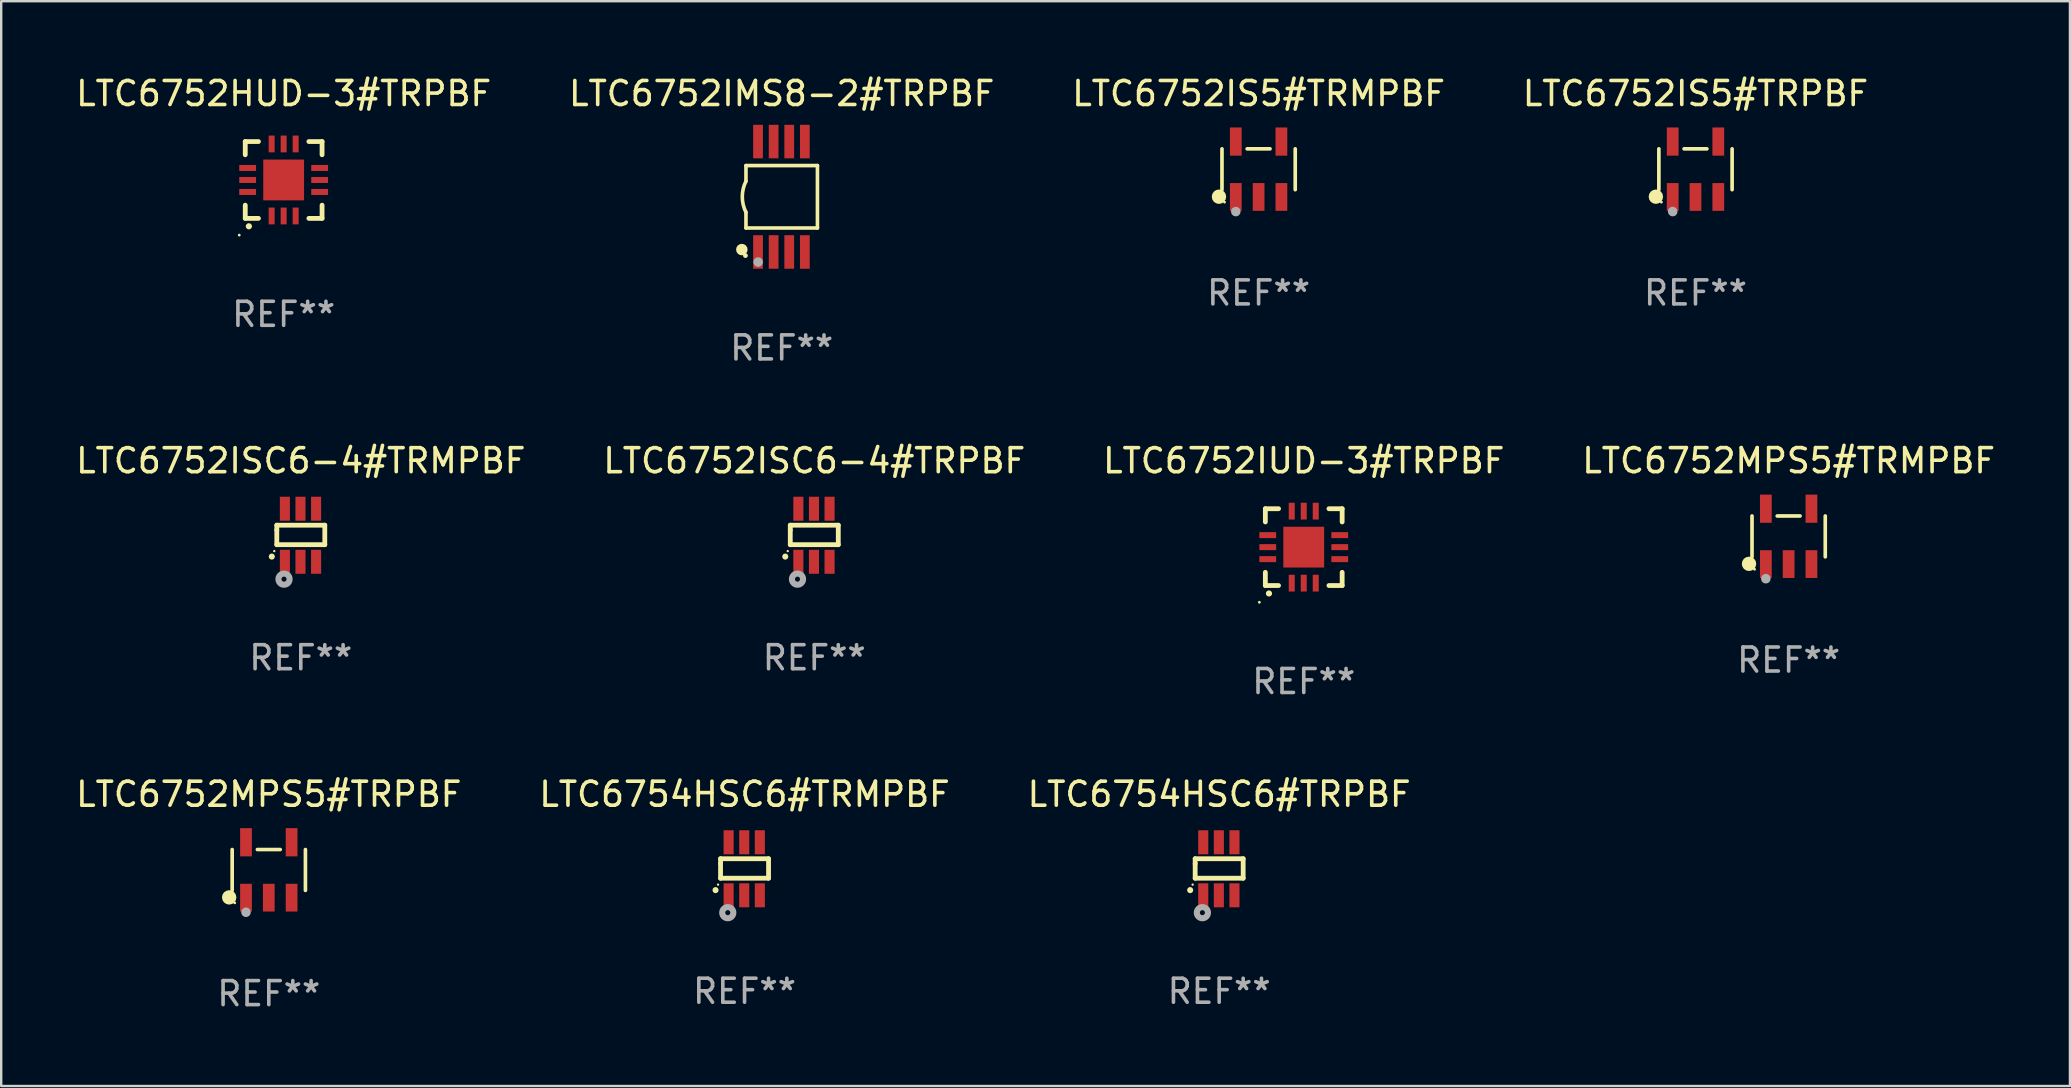
<source format=kicad_pcb>
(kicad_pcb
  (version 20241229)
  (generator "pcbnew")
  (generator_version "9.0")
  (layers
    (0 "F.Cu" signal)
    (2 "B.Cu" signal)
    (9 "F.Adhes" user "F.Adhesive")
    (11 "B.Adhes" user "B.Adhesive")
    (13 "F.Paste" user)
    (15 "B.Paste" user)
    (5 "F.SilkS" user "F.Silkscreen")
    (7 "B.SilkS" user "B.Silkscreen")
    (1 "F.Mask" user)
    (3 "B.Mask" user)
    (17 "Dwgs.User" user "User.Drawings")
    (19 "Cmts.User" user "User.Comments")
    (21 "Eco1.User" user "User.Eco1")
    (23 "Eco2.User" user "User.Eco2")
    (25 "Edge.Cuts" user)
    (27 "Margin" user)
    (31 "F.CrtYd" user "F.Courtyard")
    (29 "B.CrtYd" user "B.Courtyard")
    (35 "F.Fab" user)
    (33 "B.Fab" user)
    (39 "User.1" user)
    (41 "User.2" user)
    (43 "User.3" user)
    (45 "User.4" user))
  (footprint "LTC6752ISC6-4#TRPBF"
    (layer "F.Cu")
    (at 30.875 19.25)
    (property "Reference" "LTC6752ISC6-4#TRPBF" (at 0 -3.105 0) (layer "F.SilkS") (effects (font (size 1 1) (thickness 0.15))))
    (attr through_hole)
    (fp_line (start -1 -0.419) (end -1 -0.213) (stroke (width 0.2) (type solid)) (layer "F.SilkS"))
    (fp_line (start -1 -0.213) (end -1 0.393) (stroke (width 0.2) (type solid)) (layer "F.SilkS"))
    (fp_line (start -1 0.393) (end 1 0.393) (stroke (width 0.2) (type solid)) (layer "F.SilkS"))
    (fp_line (start 1 -0.419) (end -1 -0.419) (stroke (width 0.2) (type solid)) (layer "F.SilkS"))
    (fp_line (start 1 0.393) (end 1 -0.419) (stroke (width 0.2) (type solid)) (layer "F.SilkS"))
    (fp_arc (start -1.208509 0.890272) (mid -1.208515 0.889002) (end -1.208509 0.887732) (stroke (width 0.25) (type solid)) (layer "F.SilkS"))
    (fp_circle (center -1.105 0.66) (end -1.08 0.66) (stroke (width 0.05) (type solid)) (fill no) (layer "F.SilkS"))
    (fp_circle (center -0.699 1.829) (end -0.594 1.829) (stroke (width 0.254) (type solid)) (fill no) (layer "F.Fab"))
    (fp_text user "REF**" (at 0 5.105 0) (layer "F.Fab") (effects (font (size 1 1) (thickness 0.15))))
    (pad "1" smd rect (at -0.663 1.105) (size 0.42 1) (layers "F.Cu" "F.Mask" "F.Paste"))
    (pad "2" smd rect (at -0.013 1.105) (size 0.42 1) (layers "F.Cu" "F.Mask" "F.Paste"))
    (pad "3" smd rect (at 0.637 1.105) (size 0.42 1) (layers "F.Cu" "F.Mask" "F.Paste"))
    (pad "4" smd rect (at 0.637 -1.105 180) (size 0.42 1) (layers "F.Cu" "F.Mask" "F.Paste"))
    (pad "5" smd rect (at -0.013 -1.105 180) (size 0.42 1) (layers "F.Cu" "F.Mask" "F.Paste"))
    (pad "6" smd rect (at -0.663 -1.105 180) (size 0.42 1) (layers "F.Cu" "F.Mask" "F.Paste")))
  (footprint "LTC6754HSC6#TRPBF"
    (layer "F.Cu")
    (at 47.744 33.146)
    (property "Reference" "LTC6754HSC6#TRPBF" (at 0 -3.105 0) (layer "F.SilkS") (effects (font (size 1 1) (thickness 0.15))))
    (attr through_hole)
    (fp_line (start -1 -0.419) (end -1 -0.213) (stroke (width 0.2) (type solid)) (layer "F.SilkS"))
    (fp_line (start -1 -0.213) (end -1 0.393) (stroke (width 0.2) (type solid)) (layer "F.SilkS"))
    (fp_line (start -1 0.393) (end 1 0.393) (stroke (width 0.2) (type solid)) (layer "F.SilkS"))
    (fp_line (start 1 -0.419) (end -1 -0.419) (stroke (width 0.2) (type solid)) (layer "F.SilkS"))
    (fp_line (start 1 0.393) (end 1 -0.419) (stroke (width 0.2) (type solid)) (layer "F.SilkS"))
    (fp_arc (start -1.208509 0.890272) (mid -1.208515 0.889002) (end -1.208509 0.887732) (stroke (width 0.25) (type solid)) (layer "F.SilkS"))
    (fp_circle (center -1.105 0.66) (end -1.08 0.66) (stroke (width 0.05) (type solid)) (fill no) (layer "F.SilkS"))
    (fp_circle (center -0.699 1.829) (end -0.594 1.829) (stroke (width 0.254) (type solid)) (fill no) (layer "F.Fab"))
    (fp_text user "REF**" (at 0 5.105 0) (layer "F.Fab") (effects (font (size 1 1) (thickness 0.15))))
    (pad "1" smd rect (at -0.663 1.105) (size 0.42 1) (layers "F.Cu" "F.Mask" "F.Paste"))
    (pad "2" smd rect (at -0.013 1.105) (size 0.42 1) (layers "F.Cu" "F.Mask" "F.Paste"))
    (pad "3" smd rect (at 0.637 1.105) (size 0.42 1) (layers "F.Cu" "F.Mask" "F.Paste"))
    (pad "4" smd rect (at 0.637 -1.105 180) (size 0.42 1) (layers "F.Cu" "F.Mask" "F.Paste"))
    (pad "5" smd rect (at -0.013 -1.105 180) (size 0.42 1) (layers "F.Cu" "F.Mask" "F.Paste"))
    (pad "6" smd rect (at -0.663 -1.105 180) (size 0.42 1) (layers "F.Cu" "F.Mask" "F.Paste")))
  (footprint "LTC6754HSC6#TRMPBF"
    (layer "F.Cu")
    (at 27.97 33.146)
    (property "Reference" "LTC6754HSC6#TRMPBF" (at 0 -3.105 0) (layer "F.SilkS") (effects (font (size 1 1) (thickness 0.15))))
    (attr through_hole)
    (fp_line (start -1 -0.419) (end -1 -0.213) (stroke (width 0.2) (type solid)) (layer "F.SilkS"))
    (fp_line (start -1 -0.213) (end -1 0.393) (stroke (width 0.2) (type solid)) (layer "F.SilkS"))
    (fp_line (start -1 0.393) (end 1 0.393) (stroke (width 0.2) (type solid)) (layer "F.SilkS"))
    (fp_line (start 1 -0.419) (end -1 -0.419) (stroke (width 0.2) (type solid)) (layer "F.SilkS"))
    (fp_line (start 1 0.393) (end 1 -0.419) (stroke (width 0.2) (type solid)) (layer "F.SilkS"))
    (fp_arc (start -1.208509 0.890272) (mid -1.208515 0.889002) (end -1.208509 0.887732) (stroke (width 0.25) (type solid)) (layer "F.SilkS"))
    (fp_circle (center -1.105 0.66) (end -1.08 0.66) (stroke (width 0.05) (type solid)) (fill no) (layer "F.SilkS"))
    (fp_circle (center -0.699 1.829) (end -0.594 1.829) (stroke (width 0.254) (type solid)) (fill no) (layer "F.Fab"))
    (fp_text user "REF**" (at 0 5.105 0) (layer "F.Fab") (effects (font (size 1 1) (thickness 0.15))))
    (pad "1" smd rect (at -0.663 1.105) (size 0.42 1) (layers "F.Cu" "F.Mask" "F.Paste"))
    (pad "2" smd rect (at -0.013 1.105) (size 0.42 1) (layers "F.Cu" "F.Mask" "F.Paste"))
    (pad "3" smd rect (at 0.637 1.105) (size 0.42 1) (layers "F.Cu" "F.Mask" "F.Paste"))
    (pad "4" smd rect (at 0.637 -1.105 180) (size 0.42 1) (layers "F.Cu" "F.Mask" "F.Paste"))
    (pad "5" smd rect (at -0.013 -1.105 180) (size 0.42 1) (layers "F.Cu" "F.Mask" "F.Paste"))
    (pad "6" smd rect (at -0.663 -1.105 180) (size 0.42 1) (layers "F.Cu" "F.Mask" "F.Paste")))
  (footprint "LTC6752IS5#TRPBF"
    (layer "F.Cu")
    (at 67.589 4.002)
    (property "Reference" "LTC6752IS5#TRPBF" (at 0 -3.154 0) (layer "F.SilkS") (effects (font (size 1 1) (thickness 0.15))))
    (attr through_hole)
    (fp_line (start -1.526 0.851) (end -1.526 -0.851) (stroke (width 0.152) (type solid)) (layer "F.SilkS"))
    (fp_line (start 0.476 -0.851) (end -0.476 -0.851) (stroke (width 0.152) (type solid)) (layer "F.SilkS"))
    (fp_line (start 1.526 0.851) (end 1.526 -0.851) (stroke (width 0.152) (type solid)) (layer "F.SilkS"))
    (fp_circle (center -1.651 1.143) (end -1.501 1.143) (stroke (width 0.3) (type solid)) (fill no) (layer "F.SilkS"))
    (fp_circle (center -1.42 1.37) (end -1.39 1.37) (stroke (width 0.06) (type solid)) (fill no) (layer "F.SilkS"))
    (fp_circle (center -0.95 1.763) (end -0.85 1.763) (stroke (width 0.2) (type solid)) (fill no) (layer "F.Fab"))
    (fp_text user "REF**" (at 0 5.154 0) (layer "F.Fab") (effects (font (size 1 1) (thickness 0.15))))
    (pad "1" smd rect (at -0.95 1.154) (size 0.49 1.157) (layers "F.Cu" "F.Mask" "F.Paste"))
    (pad "2" smd rect (at 0 1.154) (size 0.49 1.157) (layers "F.Cu" "F.Mask" "F.Paste"))
    (pad "3" smd rect (at 0.95 1.154) (size 0.49 1.157) (layers "F.Cu" "F.Mask" "F.Paste"))
    (pad "4" smd rect (at 0.95 -1.154) (size 0.49 1.175) (layers "F.Cu" "F.Mask" "F.Paste"))
    (pad "5" smd rect (at -0.95 -1.154) (size 0.49 1.175) (layers "F.Cu" "F.Mask" "F.Paste")))
  (footprint "LTC6752MPS5#TRMPBF"
    (layer "F.Cu")
    (at 71.47 19.298)
    (property "Reference" "LTC6752MPS5#TRMPBF" (at 0 -3.154 0) (layer "F.SilkS") (effects (font (size 1 1) (thickness 0.15))))
    (attr through_hole)
    (fp_line (start -1.526 0.851) (end -1.526 -0.851) (stroke (width 0.152) (type solid)) (layer "F.SilkS"))
    (fp_line (start 0.476 -0.851) (end -0.476 -0.851) (stroke (width 0.152) (type solid)) (layer "F.SilkS"))
    (fp_line (start 1.526 0.851) (end 1.526 -0.851) (stroke (width 0.152) (type solid)) (layer "F.SilkS"))
    (fp_circle (center -1.651 1.143) (end -1.501 1.143) (stroke (width 0.3) (type solid)) (fill no) (layer "F.SilkS"))
    (fp_circle (center -1.42 1.37) (end -1.39 1.37) (stroke (width 0.06) (type solid)) (fill no) (layer "F.SilkS"))
    (fp_circle (center -0.95 1.763) (end -0.85 1.763) (stroke (width 0.2) (type solid)) (fill no) (layer "F.Fab"))
    (fp_text user "REF**" (at 0 5.154 0) (layer "F.Fab") (effects (font (size 1 1) (thickness 0.15))))
    (pad "1" smd rect (at -0.95 1.154) (size 0.49 1.157) (layers "F.Cu" "F.Mask" "F.Paste"))
    (pad "2" smd rect (at 0 1.154) (size 0.49 1.157) (layers "F.Cu" "F.Mask" "F.Paste"))
    (pad "3" smd rect (at 0.95 1.154) (size 0.49 1.157) (layers "F.Cu" "F.Mask" "F.Paste"))
    (pad "4" smd rect (at 0.95 -1.154) (size 0.49 1.175) (layers "F.Cu" "F.Mask" "F.Paste"))
    (pad "5" smd rect (at -0.95 -1.154) (size 0.49 1.175) (layers "F.Cu" "F.Mask" "F.Paste")))
  (footprint "LTC6752IS5#TRMPBF"
    (layer "F.Cu")
    (at 49.387 4.002)
    (property "Reference" "LTC6752IS5#TRMPBF" (at 0 -3.154 0) (layer "F.SilkS") (effects (font (size 1 1) (thickness 0.15))))
    (attr through_hole)
    (fp_line (start -1.526 0.851) (end -1.526 -0.851) (stroke (width 0.152) (type solid)) (layer "F.SilkS"))
    (fp_line (start 0.476 -0.851) (end -0.476 -0.851) (stroke (width 0.152) (type solid)) (layer "F.SilkS"))
    (fp_line (start 1.526 0.851) (end 1.526 -0.851) (stroke (width 0.152) (type solid)) (layer "F.SilkS"))
    (fp_circle (center -1.651 1.143) (end -1.501 1.143) (stroke (width 0.3) (type solid)) (fill no) (layer "F.SilkS"))
    (fp_circle (center -1.42 1.37) (end -1.39 1.37) (stroke (width 0.06) (type solid)) (fill no) (layer "F.SilkS"))
    (fp_circle (center -0.95 1.763) (end -0.85 1.763) (stroke (width 0.2) (type solid)) (fill no) (layer "F.Fab"))
    (fp_text user "REF**" (at 0 5.154 0) (layer "F.Fab") (effects (font (size 1 1) (thickness 0.15))))
    (pad "1" smd rect (at -0.95 1.154) (size 0.49 1.157) (layers "F.Cu" "F.Mask" "F.Paste"))
    (pad "2" smd rect (at 0 1.154) (size 0.49 1.157) (layers "F.Cu" "F.Mask" "F.Paste"))
    (pad "3" smd rect (at 0.95 1.154) (size 0.49 1.157) (layers "F.Cu" "F.Mask" "F.Paste"))
    (pad "4" smd rect (at 0.95 -1.154) (size 0.49 1.175) (layers "F.Cu" "F.Mask" "F.Paste"))
    (pad "5" smd rect (at -0.95 -1.154) (size 0.49 1.175) (layers "F.Cu" "F.Mask" "F.Paste")))
  (footprint "LTC6752HUD-3#TRPBF"
    (layer "F.Cu")
    (at 8.768 4.448)
    (property "Reference" "LTC6752HUD-3#TRPBF" (at 0 -3.6 0) (layer "F.SilkS") (effects (font (size 1 1) (thickness 0.15))))
    (attr through_hole)
    (fp_line (start -1.6 -1.6) (end -1.6 -1.05) (stroke (width 0.2) (type solid)) (layer "F.SilkS"))
    (fp_line (start -1.6 1.6) (end -1.6 1.05) (stroke (width 0.2) (type solid)) (layer "F.SilkS"))
    (fp_line (start -1.05 1.6) (end -1.6 1.6) (stroke (width 0.2) (type solid)) (layer "F.SilkS"))
    (fp_line (start -1.05 -1.6) (end -1.6 -1.6) (stroke (width 0.2) (type solid)) (layer "F.SilkS"))
    (fp_line (start 1.05 1.6) (end 1.6 1.6) (stroke (width 0.2) (type solid)) (layer "F.SilkS"))
    (fp_line (start 1.6 -1.6) (end 1.05 -1.6) (stroke (width 0.2) (type solid)) (layer "F.SilkS"))
    (fp_line (start 1.6 -1.05) (end 1.6 -1.6) (stroke (width 0.2) (type solid)) (layer "F.SilkS"))
    (fp_line (start 1.6 1.6) (end 1.6 1.05) (stroke (width 0.2) (type solid)) (layer "F.SilkS"))
    (fp_arc (start -1.450343 1.930404) (mid -1.449073 1.930397) (end -1.447803 1.930404) (stroke (width 0.254001) (type solid)) (layer "F.SilkS"))
    (fp_circle (center -1.85 2.297) (end -1.82 2.297) (stroke (width 0.06) (type solid)) (fill no) (layer "F.SilkS"))
    (fp_text user "REF**" (at 0 5.6 0) (layer "F.Fab") (effects (font (size 1 1) (thickness 0.15))))
    (pad "1" smd rect (at -0.5 1.5 90) (size 0.7 0.25) (layers "F.Cu" "F.Mask" "F.Paste"))
    (pad "2" smd rect (at 0 1.5 90) (size 0.7 0.25) (layers "F.Cu" "F.Mask" "F.Paste"))
    (pad "3" smd rect (at 0.5 1.5 90) (size 0.7 0.25) (layers "F.Cu" "F.Mask" "F.Paste"))
    (pad "4" smd rect (at 1.5 0.5 180) (size 0.7 0.25) (layers "F.Cu" "F.Mask" "F.Paste"))
    (pad "5" smd rect (at 1.5 0 180) (size 0.7 0.25) (layers "F.Cu" "F.Mask" "F.Paste"))
    (pad "6" smd rect (at 1.5 -0.5 180) (size 0.7 0.25) (layers "F.Cu" "F.Mask" "F.Paste"))
    (pad "7" smd rect (at 0.5 -1.5 270) (size 0.7 0.25) (layers "F.Cu" "F.Mask" "F.Paste"))
    (pad "8" smd rect (at 0 -1.5 270) (size 0.7 0.25) (layers "F.Cu" "F.Mask" "F.Paste"))
    (pad "9" smd rect (at -0.5 -1.5 270) (size 0.7 0.25) (layers "F.Cu" "F.Mask" "F.Paste"))
    (pad "10" smd rect (at -1.5 -0.5) (size 0.7 0.25) (layers "F.Cu" "F.Mask" "F.Paste"))
    (pad "11" smd rect (at -1.5 0) (size 0.7 0.25) (layers "F.Cu" "F.Mask" "F.Paste"))
    (pad "12" smd rect (at -1.5 0.5) (size 0.7 0.25) (layers "F.Cu" "F.Mask" "F.Paste"))
    (pad "13" smd rect (at 0 0 90) (size 1.7 1.7) (layers "F.Cu" "F.Mask" "F.Paste")))
  (footprint "LTC6752IMS8-2#TRPBF"
    (layer "F.Cu")
    (at 29.518 5.148)
    (property "Reference" "LTC6752IMS8-2#TRPBF" (at 0 -4.3 0) (layer "F.SilkS") (effects (font (size 1 1) (thickness 0.15))))
    (attr through_hole)
    (fp_line (start -1.489 -1.3) (end -1.489 -0.648) (stroke (width 0.15) (type solid)) (layer "F.SilkS"))
    (fp_line (start -1.489 0.648) (end -1.489 1.3) (stroke (width 0.15) (type solid)) (layer "F.SilkS"))
    (fp_line (start -1.489 1.3) (end 1.489 1.3) (stroke (width 0.15) (type solid)) (layer "F.SilkS"))
    (fp_line (start 1.489 -1.3) (end -1.489 -1.3) (stroke (width 0.15) (type solid)) (layer "F.SilkS"))
    (fp_line (start 1.489 1.3) (end 1.489 -1.3) (stroke (width 0.15) (type solid)) (layer "F.SilkS"))
    (fp_arc (start -1.489205 0.647702) (mid -1.642107 0) (end -1.489205 -0.647701) (stroke (width 0.150013) (type solid)) (layer "F.SilkS"))
    (fp_circle (center -1.661 2.2) (end -1.541 2.2) (stroke (width 0.24) (type solid)) (fill no) (layer "F.SilkS"))
    (fp_circle (center -1.511 2.45) (end -1.461 2.45) (stroke (width 0.1) (type solid)) (fill no) (layer "F.SilkS"))
    (fp_circle (center -0.981 2.72) (end -0.881 2.72) (stroke (width 0.2) (type solid)) (fill no) (layer "F.Fab"))
    (fp_text user "REF**" (at 0 6.3 0) (layer "F.Fab") (effects (font (size 1 1) (thickness 0.15))))
    (pad "1" smd rect (at -0.986 2.3) (size 0.406 1.397) (layers "F.Cu" "F.Mask" "F.Paste"))
    (pad "2" smd rect (at -0.336 2.3) (size 0.406 1.397) (layers "F.Cu" "F.Mask" "F.Paste"))
    (pad "3" smd rect (at 0.314 2.3) (size 0.406 1.397) (layers "F.Cu" "F.Mask" "F.Paste"))
    (pad "4" smd rect (at 0.964 2.3) (size 0.406 1.397) (layers "F.Cu" "F.Mask" "F.Paste"))
    (pad "5" smd rect (at 0.964 -2.3) (size 0.406 1.397) (layers "F.Cu" "F.Mask" "F.Paste"))
    (pad "6" smd rect (at 0.314 -2.3) (size 0.406 1.397) (layers "F.Cu" "F.Mask" "F.Paste"))
    (pad "7" smd rect (at -0.336 -2.3) (size 0.406 1.397) (layers "F.Cu" "F.Mask" "F.Paste"))
    (pad "8" smd rect (at -0.986 -2.3) (size 0.406 1.397) (layers "F.Cu" "F.Mask" "F.Paste")))
  (footprint "LTC6752ISC6-4#TRMPBF"
    (layer "F.Cu")
    (at 9.482 19.25)
    (property "Reference" "LTC6752ISC6-4#TRMPBF" (at 0 -3.105 0) (layer "F.SilkS") (effects (font (size 1 1) (thickness 0.15))))
    (attr through_hole)
    (fp_line (start -1 -0.419) (end -1 -0.213) (stroke (width 0.2) (type solid)) (layer "F.SilkS"))
    (fp_line (start -1 -0.213) (end -1 0.393) (stroke (width 0.2) (type solid)) (layer "F.SilkS"))
    (fp_line (start -1 0.393) (end 1 0.393) (stroke (width 0.2) (type solid)) (layer "F.SilkS"))
    (fp_line (start 1 -0.419) (end -1 -0.419) (stroke (width 0.2) (type solid)) (layer "F.SilkS"))
    (fp_line (start 1 0.393) (end 1 -0.419) (stroke (width 0.2) (type solid)) (layer "F.SilkS"))
    (fp_arc (start -1.208509 0.890272) (mid -1.208515 0.889002) (end -1.208509 0.887732) (stroke (width 0.25) (type solid)) (layer "F.SilkS"))
    (fp_circle (center -1.105 0.66) (end -1.08 0.66) (stroke (width 0.05) (type solid)) (fill no) (layer "F.SilkS"))
    (fp_circle (center -0.699 1.829) (end -0.594 1.829) (stroke (width 0.254) (type solid)) (fill no) (layer "F.Fab"))
    (fp_text user "REF**" (at 0 5.105 0) (layer "F.Fab") (effects (font (size 1 1) (thickness 0.15))))
    (pad "1" smd rect (at -0.663 1.105) (size 0.42 1) (layers "F.Cu" "F.Mask" "F.Paste"))
    (pad "2" smd rect (at -0.013 1.105) (size 0.42 1) (layers "F.Cu" "F.Mask" "F.Paste"))
    (pad "3" smd rect (at 0.637 1.105) (size 0.42 1) (layers "F.Cu" "F.Mask" "F.Paste"))
    (pad "4" smd rect (at 0.637 -1.105 180) (size 0.42 1) (layers "F.Cu" "F.Mask" "F.Paste"))
    (pad "5" smd rect (at -0.013 -1.105 180) (size 0.42 1) (layers "F.Cu" "F.Mask" "F.Paste"))
    (pad "6" smd rect (at -0.663 -1.105 180) (size 0.42 1) (layers "F.Cu" "F.Mask" "F.Paste")))
  (footprint "LTC6752IUD-3#TRPBF"
    (layer "F.Cu")
    (at 51.268 19.745)
    (property "Reference" "LTC6752IUD-3#TRPBF" (at 0 -3.6 0) (layer "F.SilkS") (effects (font (size 1 1) (thickness 0.15))))
    (attr through_hole)
    (fp_line (start -1.6 -1.6) (end -1.6 -1.05) (stroke (width 0.2) (type solid)) (layer "F.SilkS"))
    (fp_line (start -1.6 1.6) (end -1.6 1.05) (stroke (width 0.2) (type solid)) (layer "F.SilkS"))
    (fp_line (start -1.05 1.6) (end -1.6 1.6) (stroke (width 0.2) (type solid)) (layer "F.SilkS"))
    (fp_line (start -1.05 -1.6) (end -1.6 -1.6) (stroke (width 0.2) (type solid)) (layer "F.SilkS"))
    (fp_line (start 1.05 1.6) (end 1.6 1.6) (stroke (width 0.2) (type solid)) (layer "F.SilkS"))
    (fp_line (start 1.6 -1.6) (end 1.05 -1.6) (stroke (width 0.2) (type solid)) (layer "F.SilkS"))
    (fp_line (start 1.6 -1.05) (end 1.6 -1.6) (stroke (width 0.2) (type solid)) (layer "F.SilkS"))
    (fp_line (start 1.6 1.6) (end 1.6 1.05) (stroke (width 0.2) (type solid)) (layer "F.SilkS"))
    (fp_arc (start -1.450343 1.930404) (mid -1.449073 1.930397) (end -1.447803 1.930404) (stroke (width 0.254001) (type solid)) (layer "F.SilkS"))
    (fp_circle (center -1.85 2.297) (end -1.82 2.297) (stroke (width 0.06) (type solid)) (fill no) (layer "F.SilkS"))
    (fp_text user "REF**" (at 0 5.6 0) (layer "F.Fab") (effects (font (size 1 1) (thickness 0.15))))
    (pad "1" smd rect (at -0.5 1.5 90) (size 0.7 0.25) (layers "F.Cu" "F.Mask" "F.Paste"))
    (pad "2" smd rect (at 0 1.5 90) (size 0.7 0.25) (layers "F.Cu" "F.Mask" "F.Paste"))
    (pad "3" smd rect (at 0.5 1.5 90) (size 0.7 0.25) (layers "F.Cu" "F.Mask" "F.Paste"))
    (pad "4" smd rect (at 1.5 0.5 180) (size 0.7 0.25) (layers "F.Cu" "F.Mask" "F.Paste"))
    (pad "5" smd rect (at 1.5 0 180) (size 0.7 0.25) (layers "F.Cu" "F.Mask" "F.Paste"))
    (pad "6" smd rect (at 1.5 -0.5 180) (size 0.7 0.25) (layers "F.Cu" "F.Mask" "F.Paste"))
    (pad "7" smd rect (at 0.5 -1.5 270) (size 0.7 0.25) (layers "F.Cu" "F.Mask" "F.Paste"))
    (pad "8" smd rect (at 0 -1.5 270) (size 0.7 0.25) (layers "F.Cu" "F.Mask" "F.Paste"))
    (pad "9" smd rect (at -0.5 -1.5 270) (size 0.7 0.25) (layers "F.Cu" "F.Mask" "F.Paste"))
    (pad "10" smd rect (at -1.5 -0.5) (size 0.7 0.25) (layers "F.Cu" "F.Mask" "F.Paste"))
    (pad "11" smd rect (at -1.5 0) (size 0.7 0.25) (layers "F.Cu" "F.Mask" "F.Paste"))
    (pad "12" smd rect (at -1.5 0.5) (size 0.7 0.25) (layers "F.Cu" "F.Mask" "F.Paste"))
    (pad "13" smd rect (at 0 0 90) (size 1.7 1.7) (layers "F.Cu" "F.Mask" "F.Paste")))
  (footprint "LTC6752MPS5#TRPBF"
    (layer "F.Cu")
    (at 8.149 33.195)
    (property "Reference" "LTC6752MPS5#TRPBF" (at 0 -3.154 0) (layer "F.SilkS") (effects (font (size 1 1) (thickness 0.15))))
    (attr through_hole)
    (fp_line (start -1.526 0.851) (end -1.526 -0.851) (stroke (width 0.152) (type solid)) (layer "F.SilkS"))
    (fp_line (start 0.476 -0.851) (end -0.476 -0.851) (stroke (width 0.152) (type solid)) (layer "F.SilkS"))
    (fp_line (start 1.526 0.851) (end 1.526 -0.851) (stroke (width 0.152) (type solid)) (layer "F.SilkS"))
    (fp_circle (center -1.651 1.143) (end -1.501 1.143) (stroke (width 0.3) (type solid)) (fill no) (layer "F.SilkS"))
    (fp_circle (center -1.42 1.37) (end -1.39 1.37) (stroke (width 0.06) (type solid)) (fill no) (layer "F.SilkS"))
    (fp_circle (center -0.95 1.763) (end -0.85 1.763) (stroke (width 0.2) (type solid)) (fill no) (layer "F.Fab"))
    (fp_text user "REF**" (at 0 5.154 0) (layer "F.Fab") (effects (font (size 1 1) (thickness 0.15))))
    (pad "1" smd rect (at -0.95 1.154) (size 0.49 1.157) (layers "F.Cu" "F.Mask" "F.Paste"))
    (pad "2" smd rect (at 0 1.154) (size 0.49 1.157) (layers "F.Cu" "F.Mask" "F.Paste"))
    (pad "3" smd rect (at 0.95 1.154) (size 0.49 1.157) (layers "F.Cu" "F.Mask" "F.Paste"))
    (pad "4" smd rect (at 0.95 -1.154) (size 0.49 1.175) (layers "F.Cu" "F.Mask" "F.Paste"))
    (pad "5" smd rect (at -0.95 -1.154) (size 0.49 1.175) (layers "F.Cu" "F.Mask" "F.Paste")))
  (gr_rect
    (start -3 -3)
    (end 83.19 42.197)
    (stroke (width 0.1) (type default))
    (fill no)
    (layer "Edge.Cuts")))
</source>
